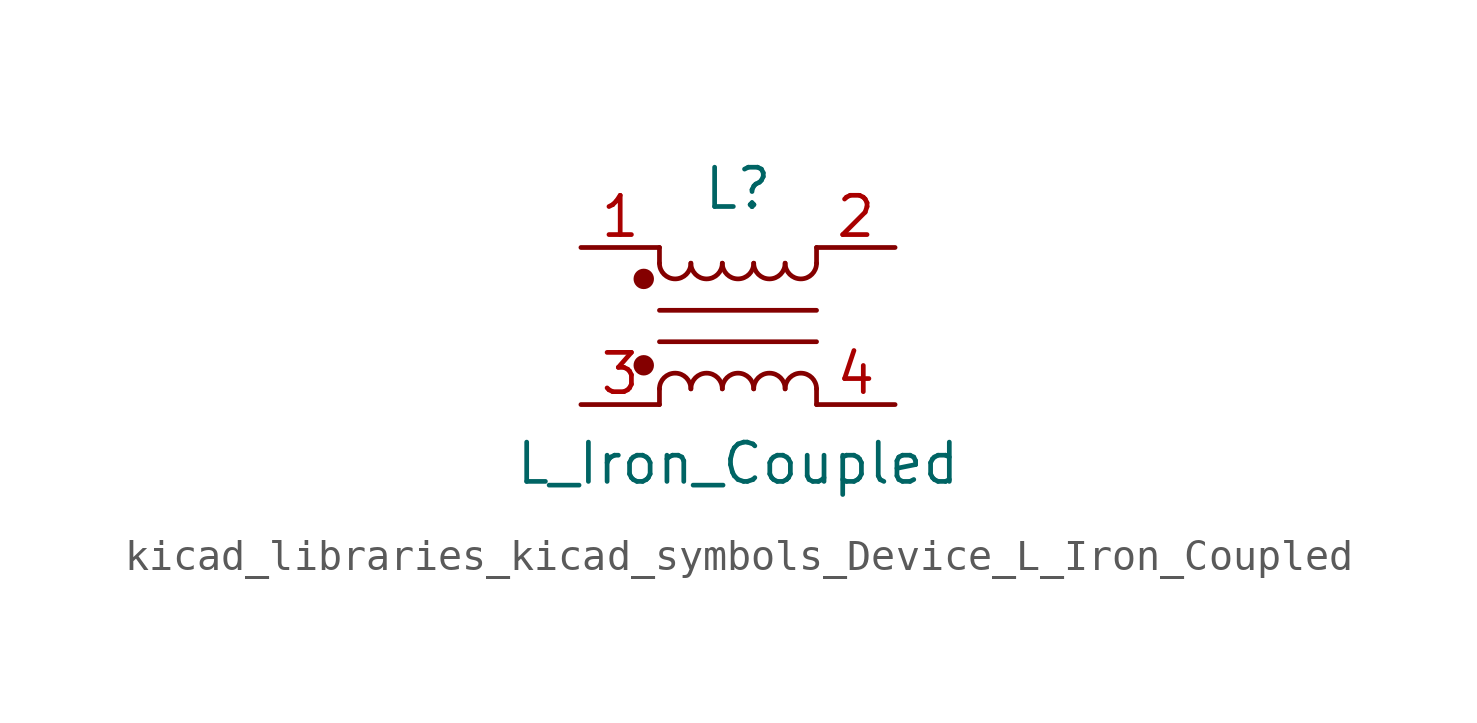
<source format=kicad_sym>
(kicad_symbol_lib
  (version 20220914)
  (generator kicad_symbol_editor)
  (symbol "kicad_libraries_kicad_symbols_Device_L_Iron_Coupled"
    (pin_names
      (offset 0.254) hide)
    (property "Reference" "L"
      (at 0 4.445 0)
      (effects (font (size 1.27 1.27))))
    (property "Value" "L_Iron_Coupled"
      (at 0 -4.445 0)
      (effects (font (size 1.27 1.27))))
    (symbol "kicad_libraries_kicad_symbols_Device_L_Iron_Coupled_0_1"
      (circle (center -3.048 -1.27) (radius 0.254) (stroke (width 0) (type default)) (fill (type outline)))
      (circle (center -3.048 1.524) (radius 0.254) (stroke (width 0) (type default)) (fill (type outline)))
      (arc (start -2.54 2.032) (mid -2.032 1.5262) (end -1.524 2.032) (stroke (width 0) (type default)) (fill (type none)))
      (arc (start -1.524 -2.032) (mid -2.032 -1.5262) (end -2.54 -2.032) (stroke (width 0) (type default)) (fill (type none)))
      (arc (start -1.524 2.032) (mid -1.016 1.5262) (end -0.508 2.032) (stroke (width 0) (type default)) (fill (type none)))
      (arc (start -0.508 -2.032) (mid -1.016 -1.5262) (end -1.524 -2.032) (stroke (width 0) (type default)) (fill (type none)))
      (arc (start -0.508 2.032) (mid 0 1.5262) (end 0.508 2.032) (stroke (width 0) (type default)) (fill (type none)))
      (polyline (pts (xy -2.54 -2.032) (xy -2.54 -2.54)) (stroke (width 0) (type default)) (fill (type none)))
      (polyline (pts (xy -2.54 0.508) (xy 2.54 0.508)) (stroke (width 0) (type default)) (fill (type none)))
      (polyline (pts (xy -2.54 2.032) (xy -2.54 2.54)) (stroke (width 0) (type default)) (fill (type none)))
      (polyline (pts (xy 2.54 -2.032) (xy 2.54 -2.54)) (stroke (width 0) (type default)) (fill (type none)))
      (polyline (pts (xy 2.54 -0.508) (xy -2.54 -0.508)) (stroke (width 0) (type default)) (fill (type none)))
      (polyline (pts (xy 2.54 2.54) (xy 2.54 2.032)) (stroke (width 0) (type default)) (fill (type none)))
      (arc (start 0.508 -2.032) (mid 0 -1.5262) (end -0.508 -2.032) (stroke (width 0) (type default)) (fill (type none)))
      (arc (start 0.508 2.032) (mid 1.016 1.5262) (end 1.524 2.032) (stroke (width 0) (type default)) (fill (type none)))
      (arc (start 1.524 -2.032) (mid 1.016 -1.5262) (end 0.508 -2.032) (stroke (width 0) (type default)) (fill (type none)))
      (arc (start 1.524 2.032) (mid 2.032 1.5262) (end 2.54 2.032) (stroke (width 0) (type default)) (fill (type none)))
      (arc (start 2.54 -2.032) (mid 2.032 -1.5262) (end 1.524 -2.032) (stroke (width 0) (type default)) (fill (type none))))
    (symbol "kicad_libraries_kicad_symbols_Device_L_Iron_Coupled_1_1"
      (pin passive line (at -5.08 2.54 0) (length 2.54) (name "1" (effects (font (size 1.27 1.27)))) (number "1" (effects (font (size 1.27 1.27)))))
      (pin passive line (at 5.08 2.54 180) (length 2.54) (name "2" (effects (font (size 1.27 1.27)))) (number "2" (effects (font (size 1.27 1.27)))))
      (pin passive line (at -5.08 -2.54 0) (length 2.54) (name "3" (effects (font (size 1.27 1.27)))) (number "3" (effects (font (size 1.27 1.27)))))
      (pin passive line (at 5.08 -2.54 180) (length 2.54) (name "4" (effects (font (size 1.27 1.27)))) (number "4" (effects (font (size 1.27 1.27))))))))
</source>
